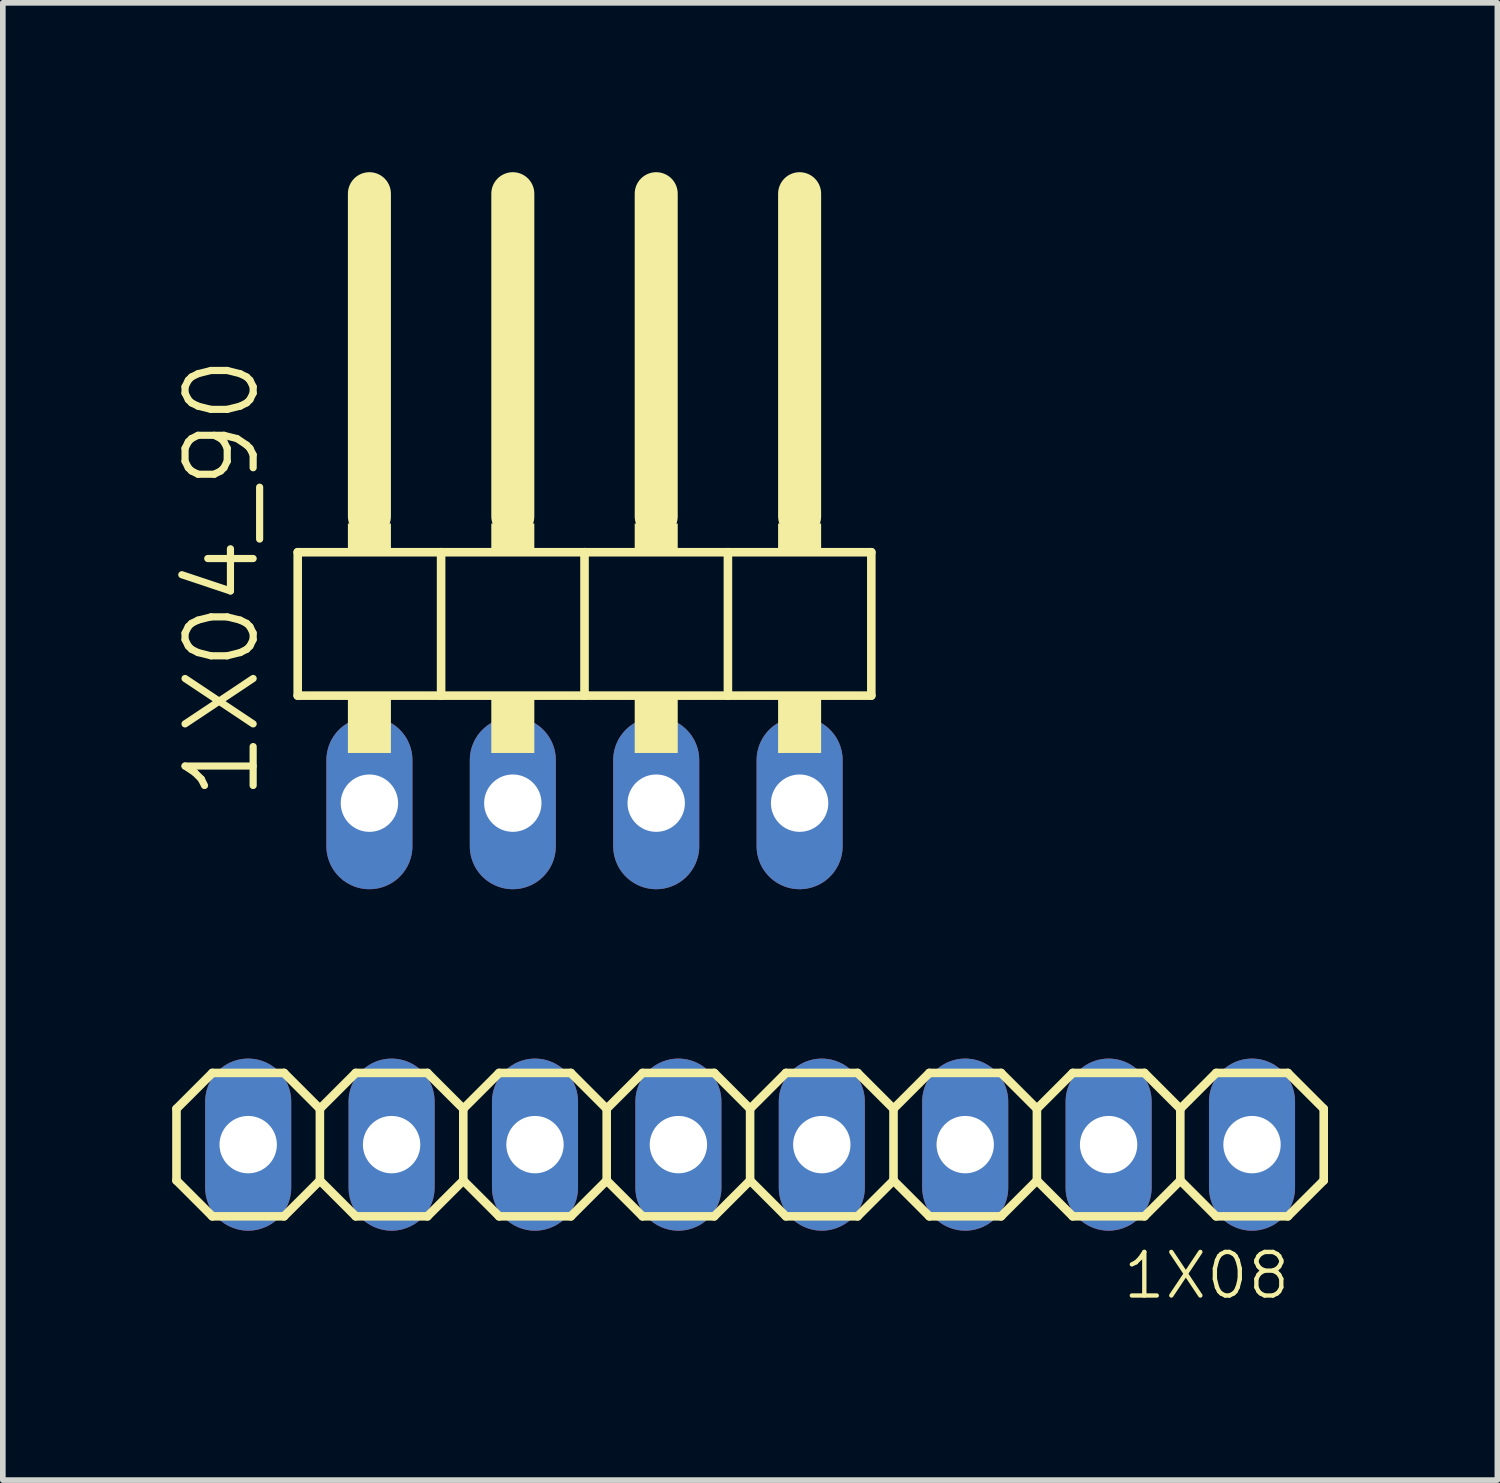
<source format=kicad_pcb>
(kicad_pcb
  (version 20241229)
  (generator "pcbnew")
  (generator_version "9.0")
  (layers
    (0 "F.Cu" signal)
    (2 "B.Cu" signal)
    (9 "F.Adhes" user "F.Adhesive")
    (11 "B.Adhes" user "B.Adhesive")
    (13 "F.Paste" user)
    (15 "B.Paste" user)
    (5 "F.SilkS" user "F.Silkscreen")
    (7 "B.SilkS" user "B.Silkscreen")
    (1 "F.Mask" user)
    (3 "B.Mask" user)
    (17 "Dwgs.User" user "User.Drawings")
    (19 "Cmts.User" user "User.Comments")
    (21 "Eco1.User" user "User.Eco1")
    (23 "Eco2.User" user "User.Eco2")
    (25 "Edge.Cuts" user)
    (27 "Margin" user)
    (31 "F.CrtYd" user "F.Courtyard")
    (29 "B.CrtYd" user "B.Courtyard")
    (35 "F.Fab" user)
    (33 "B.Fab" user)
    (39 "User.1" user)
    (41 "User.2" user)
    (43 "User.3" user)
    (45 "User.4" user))
  (footprint "1X04_90"
    (layer "F.Cu")
    (at 7.303 7.366)
    (property "Reference" "1X04_90" (at -5.715 3.81 90) (layer "F.SilkS") (effects (font (size 1.206 1.206) (thickness 0.127)) (justify left bottom)))
    (attr through_hole)
    (fp_line (start -5.08 -0.635) (end -5.08 1.905) (stroke (width 0.152) (type solid)) (layer "F.SilkS"))
    (fp_line (start -5.08 1.905) (end -2.54 1.905) (stroke (width 0.152) (type solid)) (layer "F.SilkS"))
    (fp_line (start -3.81 -6.985) (end -3.81 -1.27) (stroke (width 0.762) (type solid)) (layer "F.SilkS"))
    (fp_line (start -2.54 -0.635) (end -5.08 -0.635) (stroke (width 0.152) (type solid)) (layer "F.SilkS"))
    (fp_line (start -2.54 1.905) (end -2.54 -0.635) (stroke (width 0.152) (type solid)) (layer "F.SilkS"))
    (fp_line (start -2.54 1.905) (end 0 1.905) (stroke (width 0.152) (type solid)) (layer "F.SilkS"))
    (fp_line (start -1.27 -6.985) (end -1.27 -1.27) (stroke (width 0.762) (type solid)) (layer "F.SilkS"))
    (fp_line (start 0 -0.635) (end -2.54 -0.635) (stroke (width 0.152) (type solid)) (layer "F.SilkS"))
    (fp_line (start 0 1.905) (end 0 -0.635) (stroke (width 0.152) (type solid)) (layer "F.SilkS"))
    (fp_line (start 0 1.905) (end 2.54 1.905) (stroke (width 0.152) (type solid)) (layer "F.SilkS"))
    (fp_line (start 1.27 -6.985) (end 1.27 -1.27) (stroke (width 0.762) (type solid)) (layer "F.SilkS"))
    (fp_line (start 2.54 -0.635) (end 0 -0.635) (stroke (width 0.152) (type solid)) (layer "F.SilkS"))
    (fp_line (start 2.54 1.905) (end 2.54 -0.635) (stroke (width 0.152) (type solid)) (layer "F.SilkS"))
    (fp_line (start 2.54 1.905) (end 5.08 1.905) (stroke (width 0.152) (type solid)) (layer "F.SilkS"))
    (fp_line (start 3.81 -6.985) (end 3.81 -1.27) (stroke (width 0.762) (type solid)) (layer "F.SilkS"))
    (fp_line (start 5.08 -0.635) (end 2.54 -0.635) (stroke (width 0.152) (type solid)) (layer "F.SilkS"))
    (fp_line (start 5.08 1.905) (end 5.08 -0.635) (stroke (width 0.152) (type solid)) (layer "F.SilkS"))
    (fp_poly (pts (xy -4.191 -0.635) (xy -3.429 -0.635) (xy -3.429 -1.143) (xy -4.191 -1.143)) (stroke (width 0) (type solid)) (fill yes) (layer "F.SilkS"))
    (fp_poly (pts (xy -4.191 2.921) (xy -3.429 2.921) (xy -3.429 1.905) (xy -4.191 1.905)) (stroke (width 0) (type solid)) (fill yes) (layer "F.SilkS"))
    (fp_poly (pts (xy -1.651 -0.635) (xy -0.889 -0.635) (xy -0.889 -1.143) (xy -1.651 -1.143)) (stroke (width 0) (type solid)) (fill yes) (layer "F.SilkS"))
    (fp_poly (pts (xy -1.651 2.921) (xy -0.889 2.921) (xy -0.889 1.905) (xy -1.651 1.905)) (stroke (width 0) (type solid)) (fill yes) (layer "F.SilkS"))
    (fp_poly (pts (xy 0.889 -0.635) (xy 1.651 -0.635) (xy 1.651 -1.143) (xy 0.889 -1.143)) (stroke (width 0) (type solid)) (fill yes) (layer "F.SilkS"))
    (fp_poly (pts (xy 0.889 2.921) (xy 1.651 2.921) (xy 1.651 1.905) (xy 0.889 1.905)) (stroke (width 0) (type solid)) (fill yes) (layer "F.SilkS"))
    (fp_poly (pts (xy 3.429 -0.635) (xy 4.191 -0.635) (xy 4.191 -1.143) (xy 3.429 -1.143)) (stroke (width 0) (type solid)) (fill yes) (layer "F.SilkS"))
    (fp_poly (pts (xy 3.429 2.921) (xy 4.191 2.921) (xy 4.191 1.905) (xy 3.429 1.905)) (stroke (width 0) (type solid)) (fill yes) (layer "F.SilkS"))
    (pad "1" thru_hole oval (at -3.81 3.81 90) (size 3.048 1.524) (drill 1.016) (layers "*.Cu" "*.Mask"))
    (pad "2" thru_hole oval (at -1.27 3.81 90) (size 3.048 1.524) (drill 1.016) (layers "*.Cu" "*.Mask"))
    (pad "3" thru_hole oval (at 1.27 3.81 90) (size 3.048 1.524) (drill 1.016) (layers "*.Cu" "*.Mask"))
    (pad "4" thru_hole oval (at 3.81 3.81 90) (size 3.048 1.524) (drill 1.016) (layers "*.Cu" "*.Mask")))
  (footprint "1X08"
    (layer "F.Cu")
    (at 10.236 17.224)
    (property "Reference" "1X08" (at 6.564 2.771 180) (layer "F.SilkS") (effects (font (size 0.772 0.772) (thickness 0.077)) (justify left bottom)))
    (attr through_hole)
    (fp_line (start -10.16 -0.635) (end -10.16 0.635) (stroke (width 0.152) (type solid)) (layer "F.SilkS"))
    (fp_line (start -10.16 0.635) (end -9.525 1.27) (stroke (width 0.152) (type solid)) (layer "F.SilkS"))
    (fp_line (start -9.525 -1.27) (end -10.16 -0.635) (stroke (width 0.152) (type solid)) (layer "F.SilkS"))
    (fp_line (start -9.525 -1.27) (end -8.255 -1.27) (stroke (width 0.152) (type solid)) (layer "F.SilkS"))
    (fp_line (start -8.255 -1.27) (end -7.62 -0.635) (stroke (width 0.152) (type solid)) (layer "F.SilkS"))
    (fp_line (start -8.255 1.27) (end -9.525 1.27) (stroke (width 0.152) (type solid)) (layer "F.SilkS"))
    (fp_line (start -7.62 -0.635) (end -7.62 0.635) (stroke (width 0.152) (type solid)) (layer "F.SilkS"))
    (fp_line (start -7.62 -0.635) (end -6.985 -1.27) (stroke (width 0.152) (type solid)) (layer "F.SilkS"))
    (fp_line (start -7.62 0.635) (end -8.255 1.27) (stroke (width 0.152) (type solid)) (layer "F.SilkS"))
    (fp_line (start -6.985 -1.27) (end -5.715 -1.27) (stroke (width 0.152) (type solid)) (layer "F.SilkS"))
    (fp_line (start -6.985 1.27) (end -7.62 0.635) (stroke (width 0.152) (type solid)) (layer "F.SilkS"))
    (fp_line (start -5.715 -1.27) (end -5.08 -0.635) (stroke (width 0.152) (type solid)) (layer "F.SilkS"))
    (fp_line (start -5.715 1.27) (end -6.985 1.27) (stroke (width 0.152) (type solid)) (layer "F.SilkS"))
    (fp_line (start -5.08 -0.635) (end -5.08 0.635) (stroke (width 0.152) (type solid)) (layer "F.SilkS"))
    (fp_line (start -5.08 -0.635) (end -4.445 -1.27) (stroke (width 0.152) (type solid)) (layer "F.SilkS"))
    (fp_line (start -5.08 0.635) (end -5.715 1.27) (stroke (width 0.152) (type solid)) (layer "F.SilkS"))
    (fp_line (start -4.445 -1.27) (end -3.175 -1.27) (stroke (width 0.152) (type solid)) (layer "F.SilkS"))
    (fp_line (start -4.445 1.27) (end -5.08 0.635) (stroke (width 0.152) (type solid)) (layer "F.SilkS"))
    (fp_line (start -3.175 -1.27) (end -2.54 -0.635) (stroke (width 0.152) (type solid)) (layer "F.SilkS"))
    (fp_line (start -3.175 1.27) (end -4.445 1.27) (stroke (width 0.152) (type solid)) (layer "F.SilkS"))
    (fp_line (start -2.54 -0.635) (end -2.54 0.635) (stroke (width 0.152) (type solid)) (layer "F.SilkS"))
    (fp_line (start -2.54 0.635) (end -3.175 1.27) (stroke (width 0.152) (type solid)) (layer "F.SilkS"))
    (fp_line (start -2.54 0.635) (end -1.905 1.27) (stroke (width 0.152) (type solid)) (layer "F.SilkS"))
    (fp_line (start -1.905 -1.27) (end -2.54 -0.635) (stroke (width 0.152) (type solid)) (layer "F.SilkS"))
    (fp_line (start -1.905 -1.27) (end -0.635 -1.27) (stroke (width 0.152) (type solid)) (layer "F.SilkS"))
    (fp_line (start -0.635 -1.27) (end 0 -0.635) (stroke (width 0.152) (type solid)) (layer "F.SilkS"))
    (fp_line (start -0.635 1.27) (end -1.905 1.27) (stroke (width 0.152) (type solid)) (layer "F.SilkS"))
    (fp_line (start 0 -0.635) (end 0 0.635) (stroke (width 0.152) (type solid)) (layer "F.SilkS"))
    (fp_line (start 0 -0.635) (end 0.635 -1.27) (stroke (width 0.152) (type solid)) (layer "F.SilkS"))
    (fp_line (start 0 0.635) (end -0.635 1.27) (stroke (width 0.152) (type solid)) (layer "F.SilkS"))
    (fp_line (start 0.635 -1.27) (end 1.905 -1.27) (stroke (width 0.152) (type solid)) (layer "F.SilkS"))
    (fp_line (start 0.635 1.27) (end 0 0.635) (stroke (width 0.152) (type solid)) (layer "F.SilkS"))
    (fp_line (start 1.905 -1.27) (end 2.54 -0.635) (stroke (width 0.152) (type solid)) (layer "F.SilkS"))
    (fp_line (start 1.905 1.27) (end 0.635 1.27) (stroke (width 0.152) (type solid)) (layer "F.SilkS"))
    (fp_line (start 2.54 -0.635) (end 2.54 0.635) (stroke (width 0.152) (type solid)) (layer "F.SilkS"))
    (fp_line (start 2.54 -0.635) (end 3.175 -1.27) (stroke (width 0.152) (type solid)) (layer "F.SilkS"))
    (fp_line (start 2.54 0.635) (end 1.905 1.27) (stroke (width 0.152) (type solid)) (layer "F.SilkS"))
    (fp_line (start 3.175 -1.27) (end 4.445 -1.27) (stroke (width 0.152) (type solid)) (layer "F.SilkS"))
    (fp_line (start 3.175 1.27) (end 2.54 0.635) (stroke (width 0.152) (type solid)) (layer "F.SilkS"))
    (fp_line (start 4.445 -1.27) (end 5.08 -0.635) (stroke (width 0.152) (type solid)) (layer "F.SilkS"))
    (fp_line (start 4.445 1.27) (end 3.175 1.27) (stroke (width 0.152) (type solid)) (layer "F.SilkS"))
    (fp_line (start 5.08 -0.635) (end 5.08 0.635) (stroke (width 0.152) (type solid)) (layer "F.SilkS"))
    (fp_line (start 5.08 0.635) (end 4.445 1.27) (stroke (width 0.152) (type solid)) (layer "F.SilkS"))
    (fp_line (start 5.08 0.635) (end 5.715 1.27) (stroke (width 0.152) (type solid)) (layer "F.SilkS"))
    (fp_line (start 5.715 -1.27) (end 5.08 -0.635) (stroke (width 0.152) (type solid)) (layer "F.SilkS"))
    (fp_line (start 5.715 -1.27) (end 6.985 -1.27) (stroke (width 0.152) (type solid)) (layer "F.SilkS"))
    (fp_line (start 6.985 -1.27) (end 7.62 -0.635) (stroke (width 0.152) (type solid)) (layer "F.SilkS"))
    (fp_line (start 6.985 1.27) (end 5.715 1.27) (stroke (width 0.152) (type solid)) (layer "F.SilkS"))
    (fp_line (start 7.62 -0.635) (end 7.62 0.635) (stroke (width 0.152) (type solid)) (layer "F.SilkS"))
    (fp_line (start 7.62 0.635) (end 6.985 1.27) (stroke (width 0.152) (type solid)) (layer "F.SilkS"))
    (fp_line (start 7.62 0.635) (end 8.255 1.27) (stroke (width 0.152) (type solid)) (layer "F.SilkS"))
    (fp_line (start 8.255 -1.27) (end 7.62 -0.635) (stroke (width 0.152) (type solid)) (layer "F.SilkS"))
    (fp_line (start 8.255 -1.27) (end 9.525 -1.27) (stroke (width 0.152) (type solid)) (layer "F.SilkS"))
    (fp_line (start 9.525 -1.27) (end 10.16 -0.635) (stroke (width 0.152) (type solid)) (layer "F.SilkS"))
    (fp_line (start 9.525 1.27) (end 8.255 1.27) (stroke (width 0.152) (type solid)) (layer "F.SilkS"))
    (fp_line (start 10.16 -0.635) (end 10.16 0.635) (stroke (width 0.152) (type solid)) (layer "F.SilkS"))
    (fp_line (start 10.16 0.635) (end 9.525 1.27) (stroke (width 0.152) (type solid)) (layer "F.SilkS"))
    (fp_poly (pts (xy -9.144 0.254) (xy -8.636 0.254) (xy -8.636 -0.254) (xy -9.144 -0.254)) (stroke (width 0.1) (type solid)) (fill no) (layer "F.Fab"))
    (fp_poly (pts (xy -6.604 0.254) (xy -6.096 0.254) (xy -6.096 -0.254) (xy -6.604 -0.254)) (stroke (width 0.1) (type solid)) (fill no) (layer "F.Fab"))
    (fp_poly (pts (xy -4.064 0.254) (xy -3.556 0.254) (xy -3.556 -0.254) (xy -4.064 -0.254)) (stroke (width 0.1) (type solid)) (fill no) (layer "F.Fab"))
    (fp_poly (pts (xy -1.524 0.254) (xy -1.016 0.254) (xy -1.016 -0.254) (xy -1.524 -0.254)) (stroke (width 0.1) (type solid)) (fill no) (layer "F.Fab"))
    (fp_poly (pts (xy 1.016 0.254) (xy 1.524 0.254) (xy 1.524 -0.254) (xy 1.016 -0.254)) (stroke (width 0.1) (type solid)) (fill no) (layer "F.Fab"))
    (fp_poly (pts (xy 3.556 0.254) (xy 4.064 0.254) (xy 4.064 -0.254) (xy 3.556 -0.254)) (stroke (width 0.1) (type solid)) (fill no) (layer "F.Fab"))
    (fp_poly (pts (xy 6.096 0.254) (xy 6.604 0.254) (xy 6.604 -0.254) (xy 6.096 -0.254)) (stroke (width 0.1) (type solid)) (fill no) (layer "F.Fab"))
    (fp_poly (pts (xy 8.636 0.254) (xy 9.144 0.254) (xy 9.144 -0.254) (xy 8.636 -0.254)) (stroke (width 0.1) (type solid)) (fill no) (layer "F.Fab"))
    (pad "1" thru_hole oval (at -8.89 0 90) (size 3.048 1.524) (drill 1.016) (layers "*.Cu" "*.Mask"))
    (pad "2" thru_hole oval (at -6.35 0 90) (size 3.048 1.524) (drill 1.016) (layers "*.Cu" "*.Mask"))
    (pad "3" thru_hole oval (at -3.81 0 90) (size 3.048 1.524) (drill 1.016) (layers "*.Cu" "*.Mask"))
    (pad "4" thru_hole oval (at -1.27 0 90) (size 3.048 1.524) (drill 1.016) (layers "*.Cu" "*.Mask"))
    (pad "5" thru_hole oval (at 1.27 0 90) (size 3.048 1.524) (drill 1.016) (layers "*.Cu" "*.Mask"))
    (pad "6" thru_hole oval (at 3.81 0 90) (size 3.048 1.524) (drill 1.016) (layers "*.Cu" "*.Mask"))
    (pad "7" thru_hole oval (at 6.35 0 90) (size 3.048 1.524) (drill 1.016) (layers "*.Cu" "*.Mask"))
    (pad "8" thru_hole oval (at 8.89 0 90) (size 3.048 1.524) (drill 1.016) (layers "*.Cu" "*.Mask")))
  (gr_rect
    (start -3 -3)
    (end 23.472 23.166)
    (stroke (width 0.1) (type default))
    (fill no)
    (layer "Edge.Cuts")))
</source>
